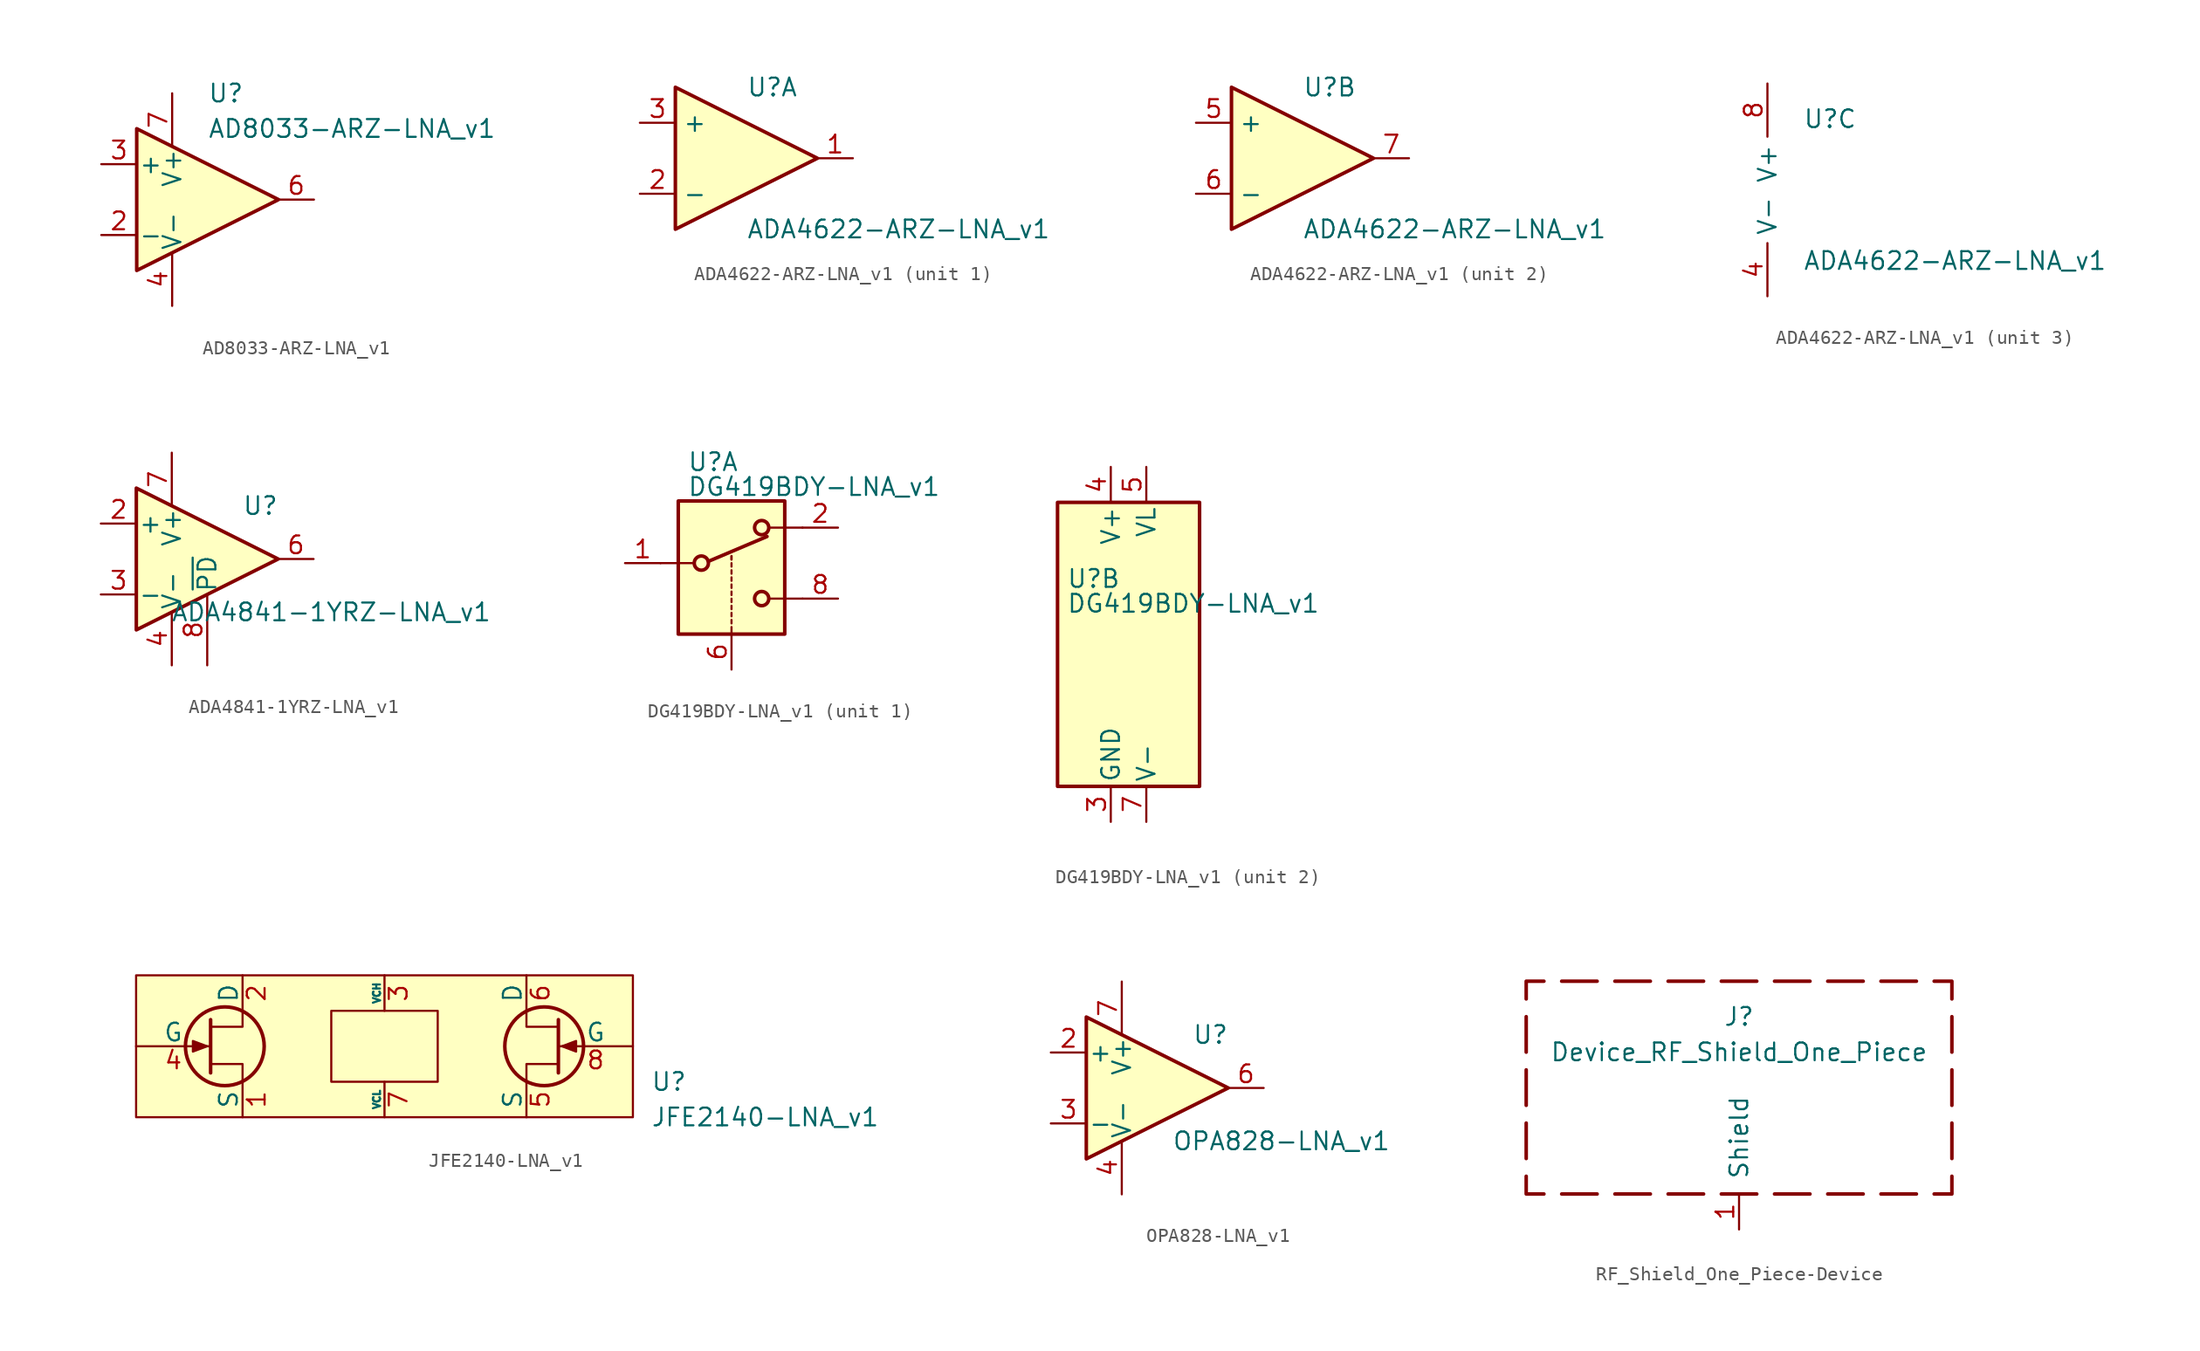
<source format=kicad_sym>
(kicad_symbol_lib
  (version 20220914)
  (generator kicad_symbol_editor)
  (symbol "AD8033-ARZ-LNA_v1"
    (pin_names
      (offset 0.127))
    (property "Reference" "U"
      (at 0 7.62 0)
      (effects (font (size 1.27 1.27)) (justify left)))
    (property "Value" "AD8033-ARZ-LNA_v1"
      (at 0 5.08 0)
      (effects (font (size 1.27 1.27)) (justify left)))
    (symbol "AD8033-ARZ-LNA_v1_0_1"
      (polyline (pts (xy -5.08 5.08) (xy 5.08 0) (xy -5.08 -5.08) (xy -5.08 5.08)) (stroke (width 0.254) (type solid)) (fill (type background))))
    (symbol "AD8033-ARZ-LNA_v1_1_1"
      (pin input line (at -7.62 -2.54 0) (length 2.54) (name "-" (effects (font (size 1.27 1.27)))) (number "2" (effects (font (size 1.27 1.27)))))
      (pin input line (at -7.62 2.54 0) (length 2.54) (name "+" (effects (font (size 1.27 1.27)))) (number "3" (effects (font (size 1.27 1.27)))))
      (pin power_in line (at -2.54 -7.62 90) (length 3.81) (name "V-" (effects (font (size 1.27 1.27)))) (number "4" (effects (font (size 1.27 1.27)))))
      (pin output line (at 7.62 0 180) (length 2.54) (name "~" (effects (font (size 1.27 1.27)))) (number "6" (effects (font (size 1.27 1.27)))))
      (pin power_in line (at -2.54 7.62 270) (length 3.81) (name "V+" (effects (font (size 1.27 1.27)))) (number "7" (effects (font (size 1.27 1.27)))))))
  (symbol "ADA4622-ARZ-LNA_v1"
    (property "Reference" "U"
      (at 0 5.08 0)
      (effects (font (size 1.27 1.27)) (justify left)))
    (property "Value" "ADA4622-ARZ-LNA_v1"
      (at 0 -5.08 0)
      (effects (font (size 1.27 1.27)) (justify left)))
    (property "ki_locked" ""
      (at 0 0 0)
      (effects (font (size 1.27 1.27))))
    (symbol "ADA4622-ARZ-LNA_v1_1_1"
      (polyline (pts (xy -5.08 5.08) (xy 5.08 0) (xy -5.08 -5.08) (xy -5.08 5.08)) (stroke (width 0.254) (type solid)) (fill (type background)))
      (pin output line (at 7.62 0 180) (length 2.54) (name "~" (effects (font (size 1.27 1.27)))) (number "1" (effects (font (size 1.27 1.27)))))
      (pin input line (at -7.62 -2.54 0) (length 2.54) (name "-" (effects (font (size 1.27 1.27)))) (number "2" (effects (font (size 1.27 1.27)))))
      (pin input line (at -7.62 2.54 0) (length 2.54) (name "+" (effects (font (size 1.27 1.27)))) (number "3" (effects (font (size 1.27 1.27))))))
    (symbol "ADA4622-ARZ-LNA_v1_2_1"
      (polyline (pts (xy -5.08 5.08) (xy 5.08 0) (xy -5.08 -5.08) (xy -5.08 5.08)) (stroke (width 0.254) (type solid)) (fill (type background)))
      (pin input line (at -7.62 2.54 0) (length 2.54) (name "+" (effects (font (size 1.27 1.27)))) (number "5" (effects (font (size 1.27 1.27)))))
      (pin input line (at -7.62 -2.54 0) (length 2.54) (name "-" (effects (font (size 1.27 1.27)))) (number "6" (effects (font (size 1.27 1.27)))))
      (pin output line (at 7.62 0 180) (length 2.54) (name "~" (effects (font (size 1.27 1.27)))) (number "7" (effects (font (size 1.27 1.27))))))
    (symbol "ADA4622-ARZ-LNA_v1_3_1"
      (pin power_in line (at -2.54 -7.62 90) (length 3.81) (name "V-" (effects (font (size 1.27 1.27)))) (number "4" (effects (font (size 1.27 1.27)))))
      (pin power_in line (at -2.54 7.62 270) (length 3.81) (name "V+" (effects (font (size 1.27 1.27)))) (number "8" (effects (font (size 1.27 1.27)))))))
  (symbol "ADA4841-1YRZ-LNA_v1"
    (pin_names
      (offset 0.127))
    (property "Reference" "U"
      (at 3.81 3.81 0)
      (effects (font (size 1.27 1.27))))
    (property "Value" "ADA4841-1YRZ-LNA_v1"
      (at 8.89 -3.81 0)
      (effects (font (size 1.27 1.27))))
    (symbol "ADA4841-1YRZ-LNA_v1_1_1"
      (polyline (pts (xy -5.08 5.08) (xy 5.08 0) (xy -5.08 -5.08) (xy -5.08 5.08)) (stroke (width 0.254) (type solid)) (fill (type background)))
      (pin input line (at -7.62 2.54 0) (length 2.54) (name "+" (effects (font (size 1.27 1.27)))) (number "2" (effects (font (size 1.27 1.27)))))
      (pin input line (at -7.62 -2.54 0) (length 2.54) (name "-" (effects (font (size 1.27 1.27)))) (number "3" (effects (font (size 1.27 1.27)))))
      (pin power_in line (at -2.54 -7.62 90) (length 3.81) (name "V-" (effects (font (size 1.27 1.27)))) (number "4" (effects (font (size 1.27 1.27)))))
      (pin output line (at 7.62 0 180) (length 2.54) (name "~" (effects (font (size 1.27 1.27)))) (number "6" (effects (font (size 1.27 1.27)))))
      (pin power_in line (at -2.54 7.62 270) (length 3.81) (name "V+" (effects (font (size 1.27 1.27)))) (number "7" (effects (font (size 1.27 1.27)))))
      (pin input line (at 0 -7.62 90) (length 5.08) (name "~{PD}" (effects (font (size 1.27 1.27)))) (number "8" (effects (font (size 1.27 1.27)))))))
  (symbol "DG419BDY-LNA_v1"
    (pin_names
      (offset 0.254))
    (property "Reference" "U"
      (at -3.175 4.699 0)
      (effects (font (size 1.27 1.27)) (justify left)))
    (property "Value" "DG419BDY-LNA_v1"
      (at -3.175 2.921 0)
      (effects (font (size 1.27 1.27)) (justify left)))
    (symbol "DG419BDY-LNA_v1_1_1"
      (rectangle (start -3.81 1.905) (end 3.81 -7.62) (stroke (width 0.254) (type solid)) (fill (type background)))
      (circle (center -2.159 -2.54) (radius 0.508) (stroke (width 0.254) (type solid)) (fill (type none)))
      (polyline (pts (xy -5.08 -2.54) (xy -2.794 -2.54)) (stroke (width 0) (type solid)) (fill (type none)))
      (polyline (pts (xy -1.651 -2.413) (xy 2.54 -0.635)) (stroke (width 0.254) (type solid)) (fill (type none)))
      (polyline (pts (xy 0 -7.62) (xy 0 -7.112)) (stroke (width 0) (type solid)) (fill (type none)))
      (polyline (pts (xy 0 -6.858) (xy 0 -6.604)) (stroke (width 0) (type solid)) (fill (type none)))
      (polyline (pts (xy 0 -6.35) (xy 0 -6.096)) (stroke (width 0) (type solid)) (fill (type none)))
      (polyline (pts (xy 0 -5.842) (xy 0 -5.588)) (stroke (width 0) (type solid)) (fill (type none)))
      (polyline (pts (xy 0 -5.334) (xy 0 -5.08)) (stroke (width 0) (type solid)) (fill (type none)))
      (polyline (pts (xy 0 -4.826) (xy 0 -4.572)) (stroke (width 0) (type solid)) (fill (type none)))
      (polyline (pts (xy 0 -4.318) (xy 0 -4.064)) (stroke (width 0) (type solid)) (fill (type none)))
      (polyline (pts (xy 0 -3.81) (xy 0 -3.556)) (stroke (width 0) (type solid)) (fill (type none)))
      (polyline (pts (xy 0 -3.302) (xy 0 -3.048)) (stroke (width 0) (type solid)) (fill (type none)))
      (polyline (pts (xy 0 -2.794) (xy 0 -2.54)) (stroke (width 0) (type solid)) (fill (type none)))
      (polyline (pts (xy 0 -2.286) (xy 0 -2.032)) (stroke (width 0) (type solid)) (fill (type none)))
      (polyline (pts (xy 0 -2.286) (xy 0 -2.032)) (stroke (width 0) (type solid)) (fill (type none)))
      (polyline (pts (xy 5.08 -5.08) (xy 2.794 -5.08)) (stroke (width 0) (type solid)) (fill (type none)))
      (polyline (pts (xy 5.08 0) (xy 2.794 0)) (stroke (width 0) (type solid)) (fill (type none)))
      (circle (center 2.159 -5.08) (radius 0.508) (stroke (width 0.254) (type solid)) (fill (type none)))
      (circle (center 2.159 0) (radius 0.508) (stroke (width 0.254) (type solid)) (fill (type none)))
      (pin passive line (at -7.62 -2.54 0) (length 2.54) (name "~" (effects (font (size 1.27 1.27)))) (number "1" (effects (font (size 1.27 1.27)))))
      (pin passive line (at 7.62 0 180) (length 2.54) (name "~" (effects (font (size 1.27 1.27)))) (number "2" (effects (font (size 1.27 1.27)))))
      (pin input line (at 0 -10.16 90) (length 2.54) (name "~" (effects (font (size 1.27 1.27)))) (number "6" (effects (font (size 1.27 1.27)))))
      (pin passive line (at 7.62 -5.08 180) (length 2.54) (name "~" (effects (font (size 1.27 1.27)))) (number "8" (effects (font (size 1.27 1.27))))))
    (symbol "DG419BDY-LNA_v1_2_0"
      (pin power_in line (at 0 -12.7 90) (length 2.54) (name "GND" (effects (font (size 1.27 1.27)))) (number "3" (effects (font (size 1.27 1.27)))))
      (pin power_in line (at 0 12.7 270) (length 2.54) (name "V+" (effects (font (size 1.27 1.27)))) (number "4" (effects (font (size 1.27 1.27)))))
      (pin power_in line (at 2.54 12.7 270) (length 2.54) (name "VL" (effects (font (size 1.27 1.27)))) (number "5" (effects (font (size 1.27 1.27)))))
      (pin power_in line (at 2.54 -12.7 90) (length 2.54) (name "V-" (effects (font (size 1.27 1.27)))) (number "7" (effects (font (size 1.27 1.27))))))
    (symbol "DG419BDY-LNA_v1_2_1"
      (rectangle (start -3.81 10.16) (end 6.35 -10.16) (stroke (width 0.254) (type solid)) (fill (type background)))))
  (symbol "JFE2140-LNA_v1"
    (pin_names
      (offset 0))
    (property "Reference" "U"
      (at 19.05 -2.54 0)
      (effects (font (size 1.27 1.27)) (justify left)))
    (property "Value" "JFE2140-LNA_v1"
      (at 19.05 -5.08 0)
      (effects (font (size 1.27 1.27)) (justify left)))
    (symbol "JFE2140-LNA_v1_0_1"
      (rectangle (start -17.78 5.08) (end 17.78 -5.08) (stroke (width 0) (type solid)) (fill (type background)))
      (circle (center -11.43 0) (radius 2.819) (stroke (width 0.254) (type solid)) (fill (type none)))
      (rectangle (start -3.81 2.54) (end 3.81 -2.54) (stroke (width 0) (type solid)) (fill (type none)))
      (polyline (pts (xy -12.446 1.905) (xy -12.446 -1.905) (xy -12.446 -1.905)) (stroke (width 0.254) (type solid)) (fill (type none)))
      (polyline (pts (xy -10.16 -2.54) (xy -10.16 -1.27) (xy -12.446 -1.27)) (stroke (width 0) (type solid)) (fill (type none)))
      (polyline (pts (xy -10.16 2.54) (xy -10.16 1.397) (xy -12.446 1.397)) (stroke (width 0) (type solid)) (fill (type none)))
      (polyline (pts (xy -12.7 0) (xy -13.716 0.381) (xy -13.716 -0.381) (xy -12.7 0)) (stroke (width 0) (type solid)) (fill (type outline))))
    (symbol "JFE2140-LNA_v1_1_1"
      (polyline (pts (xy 10.16 -2.54) (xy 10.16 -1.27) (xy 12.446 -1.27)) (stroke (width 0) (type solid)) (fill (type none)))
      (polyline (pts (xy 10.16 2.54) (xy 10.16 1.397) (xy 12.446 1.397)) (stroke (width 0) (type solid)) (fill (type none)))
      (polyline (pts (xy 12.446 1.905) (xy 12.446 -1.905) (xy 12.446 -1.905)) (stroke (width 0.254) (type solid)) (fill (type none)))
      (polyline (pts (xy 12.7 0) (xy 13.716 0.381) (xy 13.716 -0.381) (xy 12.7 0)) (stroke (width 0) (type solid)) (fill (type outline)))
      (circle (center 11.43 0) (radius 2.819) (stroke (width 0.254) (type solid)) (fill (type none)))
      (pin passive line (at -10.16 -5.08 90) (length 2.54) (name "S" (effects (font (size 1.27 1.27)))) (number "1" (effects (font (size 1.27 1.27)))))
      (pin passive line (at -10.16 5.08 270) (length 2.54) (name "D" (effects (font (size 1.27 1.27)))) (number "2" (effects (font (size 1.27 1.27)))))
      (pin input line (at 0 5.08 270) (length 2.54) (name "VCH" (effects (font (size 0.508 0.508)))) (number "3" (effects (font (size 1.27 1.27)))))
      (pin input line (at -17.78 0 0) (length 5.334) (name "G" (effects (font (size 1.27 1.27)))) (number "4" (effects (font (size 1.27 1.27)))))
      (pin passive line (at 10.16 -5.08 90) (length 2.54) (name "S" (effects (font (size 1.27 1.27)))) (number "5" (effects (font (size 1.27 1.27)))))
      (pin passive line (at 10.16 5.08 270) (length 2.54) (name "D" (effects (font (size 1.27 1.27)))) (number "6" (effects (font (size 1.27 1.27)))))
      (pin input line (at 0 -5.08 90) (length 2.54) (name "VCL" (effects (font (size 0.508 0.508)))) (number "7" (effects (font (size 1.27 1.27)))))
      (pin input line (at 17.78 0 180) (length 5.334) (name "G" (effects (font (size 1.27 1.27)))) (number "8" (effects (font (size 1.27 1.27)))))))
  (symbol "OPA828-LNA_v1"
    (pin_names
      (offset 0.127))
    (property "Reference" "U"
      (at 3.81 3.81 0)
      (effects (font (size 1.27 1.27))))
    (property "Value" "OPA828-LNA_v1"
      (at 8.89 -3.81 0)
      (effects (font (size 1.27 1.27))))
    (symbol "OPA828-LNA_v1_1_1"
      (polyline (pts (xy -5.08 5.08) (xy 5.08 0) (xy -5.08 -5.08) (xy -5.08 5.08)) (stroke (width 0.254) (type solid)) (fill (type background)))
      (pin input line (at -7.62 2.54 0) (length 2.54) (name "+" (effects (font (size 1.27 1.27)))) (number "2" (effects (font (size 1.27 1.27)))))
      (pin input line (at -7.62 -2.54 0) (length 2.54) (name "-" (effects (font (size 1.27 1.27)))) (number "3" (effects (font (size 1.27 1.27)))))
      (pin power_in line (at -2.54 -7.62 90) (length 3.81) (name "V-" (effects (font (size 1.27 1.27)))) (number "4" (effects (font (size 1.27 1.27)))))
      (pin output line (at 7.62 0 180) (length 2.54) (name "~" (effects (font (size 1.27 1.27)))) (number "6" (effects (font (size 1.27 1.27)))))
      (pin power_in line (at -2.54 7.62 270) (length 3.81) (name "V+" (effects (font (size 1.27 1.27)))) (number "7" (effects (font (size 1.27 1.27)))))))
  (symbol "RF_Shield_One_Piece-Device"
    (pin_names
      (offset 1.016))
    (property "Reference" "J"
      (at 0 5.08 0)
      (effects (font (size 1.27 1.27))))
    (property "Value" "Device_RF_Shield_One_Piece"
      (at 0 2.54 0)
      (effects (font (size 1.27 1.27))))
    (symbol "RF_Shield_One_Piece-Device_0_1"
      (polyline (pts (xy -15.24 -5.08) (xy -15.24 -2.54)) (stroke (width 0.254) (type solid)) (fill (type none)))
      (polyline (pts (xy -15.24 -1.27) (xy -15.24 1.27)) (stroke (width 0.254) (type solid)) (fill (type none)))
      (polyline (pts (xy -15.24 2.54) (xy -15.24 5.08)) (stroke (width 0.254) (type solid)) (fill (type none)))
      (polyline (pts (xy -12.7 7.62) (xy -10.16 7.62)) (stroke (width 0.254) (type solid)) (fill (type none)))
      (polyline (pts (xy -10.16 -7.62) (xy -12.7 -7.62)) (stroke (width 0.254) (type solid)) (fill (type none)))
      (polyline (pts (xy -6.35 -7.62) (xy -8.89 -7.62)) (stroke (width 0.254) (type solid)) (fill (type none)))
      (polyline (pts (xy -6.35 7.62) (xy -8.89 7.62)) (stroke (width 0.254) (type solid)) (fill (type none)))
      (polyline (pts (xy -2.54 -7.62) (xy -5.08 -7.62)) (stroke (width 0.254) (type solid)) (fill (type none)))
      (polyline (pts (xy -2.54 7.62) (xy -5.08 7.62)) (stroke (width 0.254) (type solid)) (fill (type none)))
      (polyline (pts (xy -1.27 -7.62) (xy 1.27 -7.62)) (stroke (width 0.254) (type solid)) (fill (type none)))
      (polyline (pts (xy 1.27 7.62) (xy -1.27 7.62)) (stroke (width 0.254) (type solid)) (fill (type none)))
      (polyline (pts (xy 2.54 -7.62) (xy 5.08 -7.62)) (stroke (width 0.254) (type solid)) (fill (type none)))
      (polyline (pts (xy 5.08 7.62) (xy 2.54 7.62)) (stroke (width 0.254) (type solid)) (fill (type none)))
      (polyline (pts (xy 6.35 -7.62) (xy 8.89 -7.62)) (stroke (width 0.254) (type solid)) (fill (type none)))
      (polyline (pts (xy 8.89 7.62) (xy 6.35 7.62)) (stroke (width 0.254) (type solid)) (fill (type none)))
      (polyline (pts (xy 10.16 -7.62) (xy 12.7 -7.62)) (stroke (width 0.254) (type solid)) (fill (type none)))
      (polyline (pts (xy 12.7 7.62) (xy 10.16 7.62)) (stroke (width 0.254) (type solid)) (fill (type none)))
      (polyline (pts (xy 15.24 -5.08) (xy 15.24 -2.54)) (stroke (width 0.254) (type solid)) (fill (type none)))
      (polyline (pts (xy 15.24 -1.27) (xy 15.24 1.27)) (stroke (width 0.254) (type solid)) (fill (type none)))
      (polyline (pts (xy 15.24 2.54) (xy 15.24 5.08)) (stroke (width 0.254) (type solid)) (fill (type none)))
      (polyline (pts (xy -15.24 6.35) (xy -15.24 7.62) (xy -13.97 7.62)) (stroke (width 0.254) (type solid)) (fill (type none)))
      (polyline (pts (xy -13.97 -7.62) (xy -15.24 -7.62) (xy -15.24 -6.35)) (stroke (width 0.254) (type solid)) (fill (type none)))
      (polyline (pts (xy 13.97 -7.62) (xy 15.24 -7.62) (xy 15.24 -6.35)) (stroke (width 0.254) (type solid)) (fill (type none)))
      (polyline (pts (xy 15.24 6.35) (xy 15.24 7.62) (xy 13.97 7.62)) (stroke (width 0.254) (type solid)) (fill (type none))))
    (symbol "RF_Shield_One_Piece-Device_1_1"
      (pin passive line (at 0 -10.16 90) (length 2.54) (name "Shield" (effects (font (size 1.27 1.27)))) (number "1" (effects (font (size 1.27 1.27))))))))
</source>
